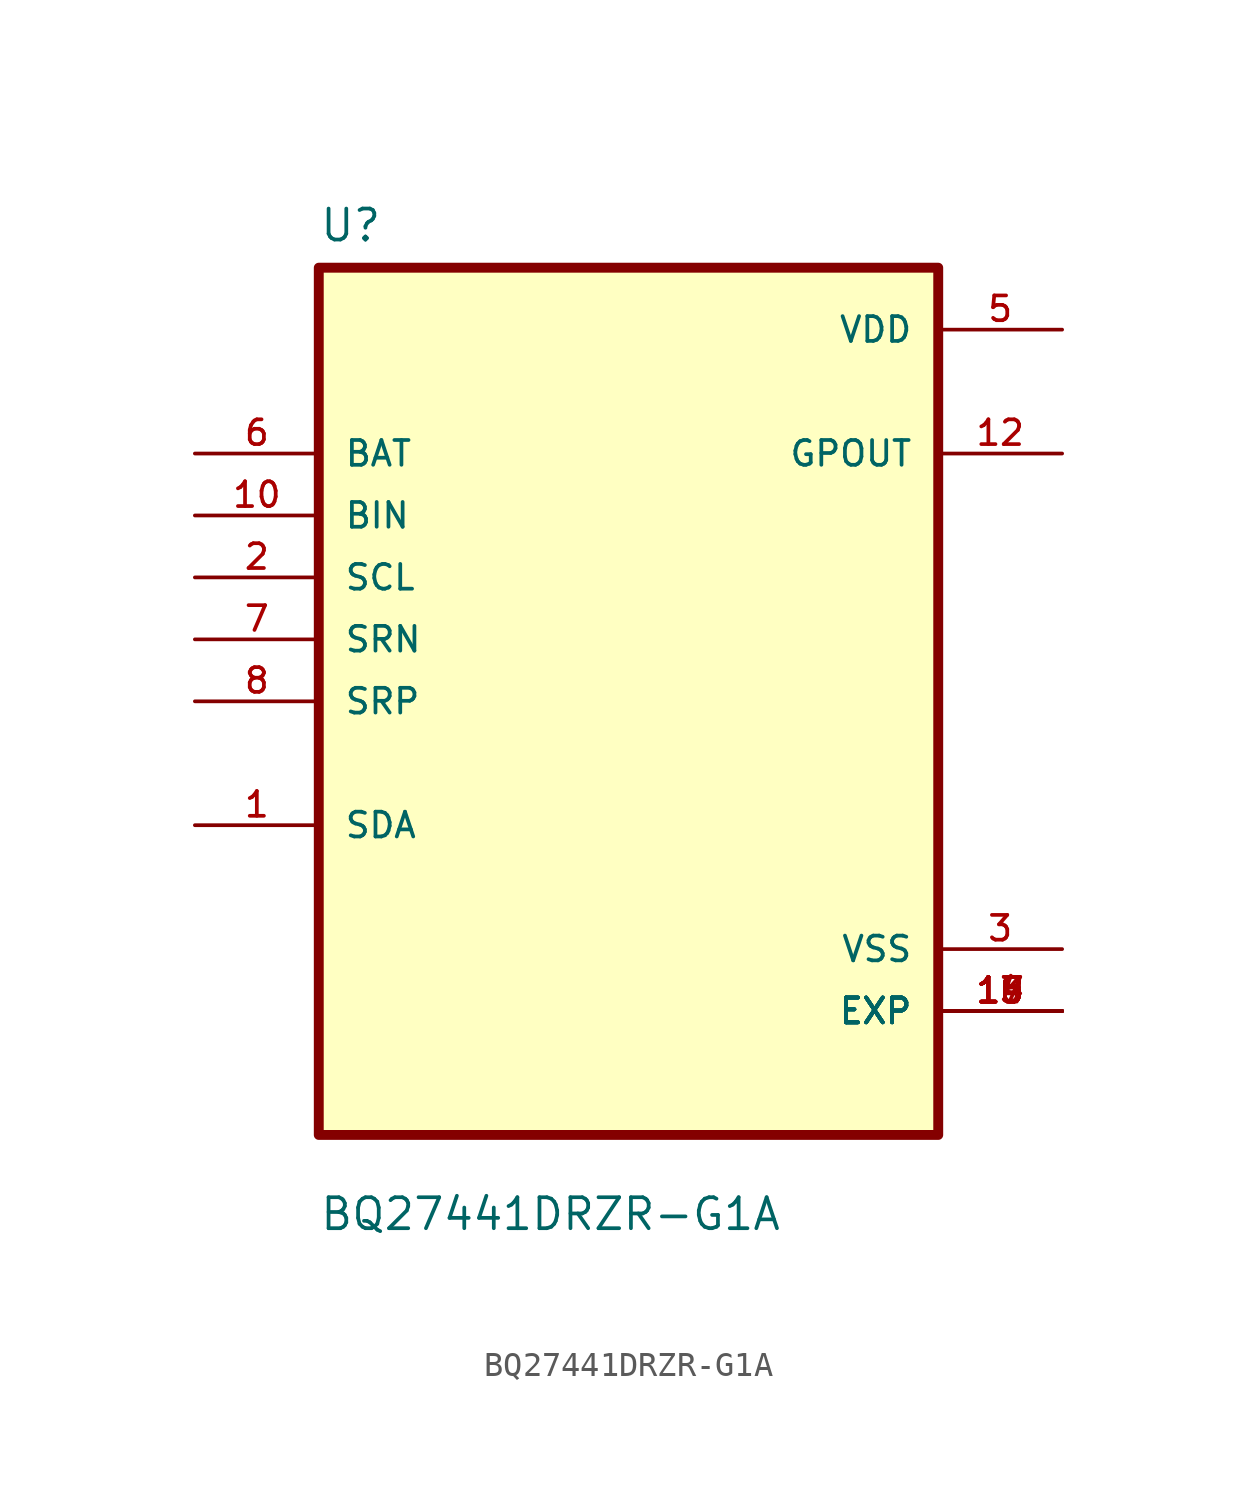
<source format=kicad_sym>
(kicad_symbol_lib
  (version 20211014)
  (generator kicad_symbol_editor)
  (symbol "BQ27441DRZR-G1A"
    (pin_names
      (offset 1.016))
    (property "Reference" "U"
      (at -12.7 18.771 0)
      (effects (font (size 1.27 1.27)) (justify left bottom)))
    (property "Value" "BQ27441DRZR-G1A"
      (at -12.7 -21.768 0)
      (effects (font (size 1.27 1.27)) (justify left bottom)))
    (property "ki_locked" ""
      (at 0 0 0)
      (effects (font (size 1.27 1.27))))
    (symbol "BQ27441DRZR-G1A_0_0"
      (rectangle (start -12.7 -17.78) (end 12.7 17.78) (stroke (width 0.406) (type default) (color 0 0 0 0)) (fill (type background)))
      (pin bidirectional line (at -17.78 -5.08 0) (length 5.08) (name "SDA" (effects (font (size 1.016 1.016)))) (number "1" (effects (font (size 1.016 1.016)))))
      (pin input line (at -17.78 7.62 0) (length 5.08) (name "BIN" (effects (font (size 1.016 1.016)))) (number "10" (effects (font (size 1.016 1.016)))))
      (pin output line (at 17.78 10.16 180) (length 5.08) (name "GPOUT" (effects (font (size 1.016 1.016)))) (number "12" (effects (font (size 1.016 1.016)))))
      (pin power_in line (at 17.78 -12.7 180) (length 5.08) (name "EXP" (effects (font (size 1.016 1.016)))) (number "13" (effects (font (size 1.016 1.016)))))
      (pin power_in line (at 17.78 -12.7 180) (length 5.08) (name "EXP" (effects (font (size 1.016 1.016)))) (number "14" (effects (font (size 1.016 1.016)))))
      (pin power_in line (at 17.78 -12.7 180) (length 5.08) (name "EXP" (effects (font (size 1.016 1.016)))) (number "15" (effects (font (size 1.016 1.016)))))
      (pin power_in line (at 17.78 -12.7 180) (length 5.08) (name "EXP" (effects (font (size 1.016 1.016)))) (number "16" (effects (font (size 1.016 1.016)))))
      (pin power_in line (at 17.78 -12.7 180) (length 5.08) (name "EXP" (effects (font (size 1.016 1.016)))) (number "17" (effects (font (size 1.016 1.016)))))
      (pin power_in line (at 17.78 -12.7 180) (length 5.08) (name "EXP" (effects (font (size 1.016 1.016)))) (number "18" (effects (font (size 1.016 1.016)))))
      (pin power_in line (at 17.78 -12.7 180) (length 5.08) (name "EXP" (effects (font (size 1.016 1.016)))) (number "19" (effects (font (size 1.016 1.016)))))
      (pin input line (at -17.78 5.08 0) (length 5.08) (name "SCL" (effects (font (size 1.016 1.016)))) (number "2" (effects (font (size 1.016 1.016)))))
      (pin power_in line (at 17.78 -10.16 180) (length 5.08) (name "VSS" (effects (font (size 1.016 1.016)))) (number "3" (effects (font (size 1.016 1.016)))))
      (pin power_in line (at 17.78 15.24 180) (length 5.08) (name "VDD" (effects (font (size 1.016 1.016)))) (number "5" (effects (font (size 1.016 1.016)))))
      (pin input line (at -17.78 10.16 0) (length 5.08) (name "BAT" (effects (font (size 1.016 1.016)))) (number "6" (effects (font (size 1.016 1.016)))))
      (pin input line (at -17.78 2.54 0) (length 5.08) (name "SRN" (effects (font (size 1.016 1.016)))) (number "7" (effects (font (size 1.016 1.016)))))
      (pin input line (at -17.78 0 0) (length 5.08) (name "SRP" (effects (font (size 1.016 1.016)))) (number "8" (effects (font (size 1.016 1.016))))))))
</source>
